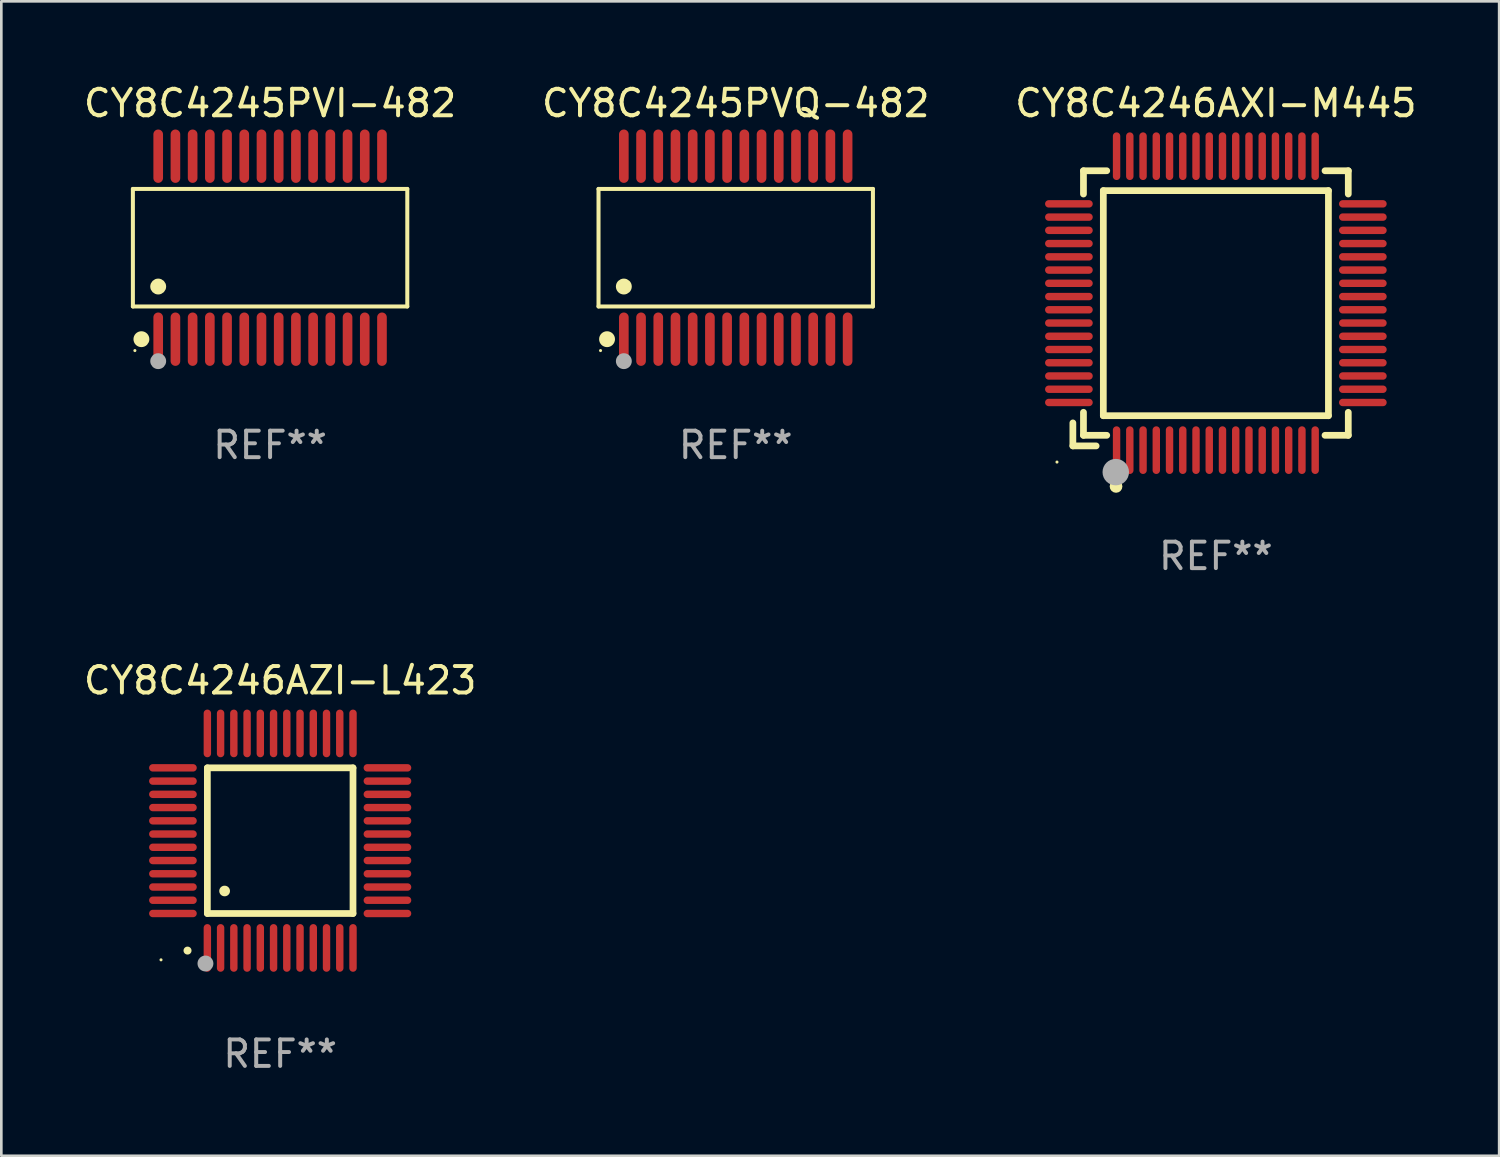
<source format=kicad_pcb>
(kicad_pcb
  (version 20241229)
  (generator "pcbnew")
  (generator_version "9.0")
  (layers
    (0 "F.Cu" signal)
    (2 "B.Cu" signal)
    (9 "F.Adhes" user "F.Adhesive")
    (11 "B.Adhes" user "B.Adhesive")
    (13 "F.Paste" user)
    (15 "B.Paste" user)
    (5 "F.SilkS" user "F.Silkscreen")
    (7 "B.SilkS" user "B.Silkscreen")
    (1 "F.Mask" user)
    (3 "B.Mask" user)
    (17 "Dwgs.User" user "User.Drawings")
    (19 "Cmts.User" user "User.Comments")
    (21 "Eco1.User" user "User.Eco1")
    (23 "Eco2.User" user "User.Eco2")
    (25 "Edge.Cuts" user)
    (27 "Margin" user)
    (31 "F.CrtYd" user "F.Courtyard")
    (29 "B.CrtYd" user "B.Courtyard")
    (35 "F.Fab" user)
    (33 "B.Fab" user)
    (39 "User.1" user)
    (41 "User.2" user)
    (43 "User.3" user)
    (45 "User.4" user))
  (footprint "CY8C4246AZI-L423"
    (layer "F.Cu")
    (at 7.53 28.695)
    (property "Reference" "CY8C4246AZI-L423" (at 0 -6.05 0) (layer "F.SilkS") (effects (font (size 1 1) (thickness 0.15))))
    (attr through_hole)
    (fp_line (start -2.75 -2.75) (end 2.75 -2.75) (stroke (width 0.254) (type solid)) (layer "F.SilkS"))
    (fp_line (start -2.75 2.75) (end -2.75 -2.75) (stroke (width 0.254) (type solid)) (layer "F.SilkS"))
    (fp_line (start 2.75 -2.75) (end 2.75 2.75) (stroke (width 0.254) (type solid)) (layer "F.SilkS"))
    (fp_line (start 2.75 2.75) (end -2.75 2.75) (stroke (width 0.254) (type solid)) (layer "F.SilkS"))
    (fp_arc (start -3.500127 4.150368) (mid -3.498857 4.150363) (end -3.497587 4.150368) (stroke (width 0.3) (type solid)) (layer "F.SilkS"))
    (fp_arc (start -2.100584 1.899924) (mid -2.098044 1.899908) (end -2.095504 1.899924) (stroke (width 0.4) (type solid)) (layer "F.SilkS"))
    (fp_circle (center -4.5 4.5) (end -4.47 4.5) (stroke (width 0.06) (type solid)) (fill no) (layer "F.SilkS"))
    (fp_circle (center -2.822 4.638) (end -2.672 4.638) (stroke (width 0.3) (type solid)) (fill no) (layer "F.Fab"))
    (fp_text user "REF**" (at 0 8.05 0) (layer "F.Fab") (effects (font (size 1 1) (thickness 0.15))))
    (pad "1" smd oval (at -2.75 4.05) (size 0.28 1.8) (layers "F.Cu" "F.Mask" "F.Paste"))
    (pad "2" smd oval (at -2.25 4.05) (size 0.28 1.8) (layers "F.Cu" "F.Mask" "F.Paste"))
    (pad "3" smd oval (at -1.75 4.05) (size 0.28 1.8) (layers "F.Cu" "F.Mask" "F.Paste"))
    (pad "4" smd oval (at -1.25 4.05) (size 0.28 1.8) (layers "F.Cu" "F.Mask" "F.Paste"))
    (pad "5" smd oval (at -0.75 4.05) (size 0.28 1.8) (layers "F.Cu" "F.Mask" "F.Paste"))
    (pad "6" smd oval (at -0.25 4.05) (size 0.28 1.8) (layers "F.Cu" "F.Mask" "F.Paste"))
    (pad "7" smd oval (at 0.25 4.05) (size 0.28 1.8) (layers "F.Cu" "F.Mask" "F.Paste"))
    (pad "8" smd oval (at 0.75 4.05) (size 0.28 1.8) (layers "F.Cu" "F.Mask" "F.Paste"))
    (pad "9" smd oval (at 1.25 4.05) (size 0.28 1.8) (layers "F.Cu" "F.Mask" "F.Paste"))
    (pad "10" smd oval (at 1.75 4.05) (size 0.28 1.8) (layers "F.Cu" "F.Mask" "F.Paste"))
    (pad "11" smd oval (at 2.25 4.05) (size 0.28 1.8) (layers "F.Cu" "F.Mask" "F.Paste"))
    (pad "12" smd oval (at 2.75 4.05) (size 0.28 1.8) (layers "F.Cu" "F.Mask" "F.Paste"))
    (pad "13" smd oval (at 4.05 2.75) (size 1.8 0.28) (layers "F.Cu" "F.Mask" "F.Paste"))
    (pad "14" smd oval (at 4.05 2.25) (size 1.8 0.28) (layers "F.Cu" "F.Mask" "F.Paste"))
    (pad "15" smd oval (at 4.05 1.75) (size 1.8 0.28) (layers "F.Cu" "F.Mask" "F.Paste"))
    (pad "16" smd oval (at 4.05 1.25) (size 1.8 0.28) (layers "F.Cu" "F.Mask" "F.Paste"))
    (pad "17" smd oval (at 4.05 0.75) (size 1.8 0.28) (layers "F.Cu" "F.Mask" "F.Paste"))
    (pad "18" smd oval (at 4.05 0.25) (size 1.8 0.28) (layers "F.Cu" "F.Mask" "F.Paste"))
    (pad "19" smd oval (at 4.05 -0.25) (size 1.8 0.28) (layers "F.Cu" "F.Mask" "F.Paste"))
    (pad "20" smd oval (at 4.05 -0.75) (size 1.8 0.28) (layers "F.Cu" "F.Mask" "F.Paste"))
    (pad "21" smd oval (at 4.05 -1.25) (size 1.8 0.28) (layers "F.Cu" "F.Mask" "F.Paste"))
    (pad "22" smd oval (at 4.05 -1.75) (size 1.8 0.28) (layers "F.Cu" "F.Mask" "F.Paste"))
    (pad "23" smd oval (at 4.05 -2.25) (size 1.8 0.28) (layers "F.Cu" "F.Mask" "F.Paste"))
    (pad "24" smd oval (at 4.05 -2.75) (size 1.8 0.28) (layers "F.Cu" "F.Mask" "F.Paste"))
    (pad "25" smd oval (at 2.75 -4.05) (size 0.28 1.8) (layers "F.Cu" "F.Mask" "F.Paste"))
    (pad "26" smd oval (at 2.25 -4.05) (size 0.28 1.8) (layers "F.Cu" "F.Mask" "F.Paste"))
    (pad "27" smd oval (at 1.75 -4.05) (size 0.28 1.8) (layers "F.Cu" "F.Mask" "F.Paste"))
    (pad "28" smd oval (at 1.25 -4.05) (size 0.28 1.8) (layers "F.Cu" "F.Mask" "F.Paste"))
    (pad "29" smd oval (at 0.75 -4.05) (size 0.28 1.8) (layers "F.Cu" "F.Mask" "F.Paste"))
    (pad "30" smd oval (at 0.25 -4.05) (size 0.28 1.8) (layers "F.Cu" "F.Mask" "F.Paste"))
    (pad "31" smd oval (at -0.25 -4.05) (size 0.28 1.8) (layers "F.Cu" "F.Mask" "F.Paste"))
    (pad "32" smd oval (at -0.75 -4.05) (size 0.28 1.8) (layers "F.Cu" "F.Mask" "F.Paste"))
    (pad "33" smd oval (at -1.25 -4.05) (size 0.28 1.8) (layers "F.Cu" "F.Mask" "F.Paste"))
    (pad "34" smd oval (at -1.75 -4.05) (size 0.28 1.8) (layers "F.Cu" "F.Mask" "F.Paste"))
    (pad "35" smd oval (at -2.25 -4.05) (size 0.28 1.8) (layers "F.Cu" "F.Mask" "F.Paste"))
    (pad "36" smd oval (at -2.75 -4.05) (size 0.28 1.8) (layers "F.Cu" "F.Mask" "F.Paste"))
    (pad "37" smd oval (at -4.05 -2.75) (size 1.8 0.28) (layers "F.Cu" "F.Mask" "F.Paste"))
    (pad "38" smd oval (at -4.05 -2.25) (size 1.8 0.28) (layers "F.Cu" "F.Mask" "F.Paste"))
    (pad "39" smd oval (at -4.05 -1.75) (size 1.8 0.28) (layers "F.Cu" "F.Mask" "F.Paste"))
    (pad "40" smd oval (at -4.05 -1.25) (size 1.8 0.28) (layers "F.Cu" "F.Mask" "F.Paste"))
    (pad "41" smd oval (at -4.05 -0.75) (size 1.8 0.28) (layers "F.Cu" "F.Mask" "F.Paste"))
    (pad "42" smd oval (at -4.05 -0.25) (size 1.8 0.28) (layers "F.Cu" "F.Mask" "F.Paste"))
    (pad "43" smd oval (at -4.05 0.25) (size 1.8 0.28) (layers "F.Cu" "F.Mask" "F.Paste"))
    (pad "44" smd oval (at -4.05 0.75) (size 1.8 0.28) (layers "F.Cu" "F.Mask" "F.Paste"))
    (pad "45" smd oval (at -4.05 1.25) (size 1.8 0.28) (layers "F.Cu" "F.Mask" "F.Paste"))
    (pad "46" smd oval (at -4.05 1.75) (size 1.8 0.28) (layers "F.Cu" "F.Mask" "F.Paste"))
    (pad "47" smd oval (at -4.05 2.25) (size 1.8 0.28) (layers "F.Cu" "F.Mask" "F.Paste"))
    (pad "48" smd oval (at -4.05 2.75) (size 1.8 0.28) (layers "F.Cu" "F.Mask" "F.Paste")))
  (footprint "CY8C4245PVI-482"
    (layer "F.Cu")
    (at 7.149 6.303)
    (property "Reference" "CY8C4245PVI-482" (at 0 -5.455 0) (layer "F.SilkS") (effects (font (size 1 1) (thickness 0.15))))
    (attr through_hole)
    (fp_line (start -5.181 -2.219) (end 5.181 -2.219) (stroke (width 0.152) (type solid)) (layer "F.SilkS"))
    (fp_line (start -5.181 2.219) (end -5.181 -2.219) (stroke (width 0.152) (type solid)) (layer "F.SilkS"))
    (fp_line (start 5.181 -2.219) (end 5.181 2.219) (stroke (width 0.152) (type solid)) (layer "F.SilkS"))
    (fp_line (start 5.181 2.219) (end -5.181 2.219) (stroke (width 0.152) (type solid)) (layer "F.SilkS"))
    (fp_circle (center -5.105 3.885) (end -5.075 3.885) (stroke (width 0.06) (type solid)) (fill no) (layer "F.SilkS"))
    (fp_circle (center -4.859 3.455) (end -4.709 3.455) (stroke (width 0.3) (type solid)) (fill no) (layer "F.SilkS"))
    (fp_circle (center -4.225 1.467) (end -4.075 1.467) (stroke (width 0.3) (type solid)) (fill no) (layer "F.SilkS"))
    (fp_circle (center -4.225 4.285) (end -4.075 4.285) (stroke (width 0.3) (type solid)) (fill no) (layer "F.Fab"))
    (fp_text user "REF**" (at 0 7.455 0) (layer "F.Fab") (effects (font (size 1 1) (thickness 0.15))))
    (pad "1" smd oval (at -4.225 3.455) (size 0.364 2.015) (layers "F.Cu" "F.Mask" "F.Paste"))
    (pad "2" smd oval (at -3.575 3.455) (size 0.364 2.015) (layers "F.Cu" "F.Mask" "F.Paste"))
    (pad "3" smd oval (at -2.925 3.455) (size 0.364 2.015) (layers "F.Cu" "F.Mask" "F.Paste"))
    (pad "4" smd oval (at -2.275 3.455) (size 0.364 2.015) (layers "F.Cu" "F.Mask" "F.Paste"))
    (pad "5" smd oval (at -1.625 3.455) (size 0.364 2.015) (layers "F.Cu" "F.Mask" "F.Paste"))
    (pad "6" smd oval (at -0.975 3.455) (size 0.364 2.015) (layers "F.Cu" "F.Mask" "F.Paste"))
    (pad "7" smd oval (at -0.325 3.455) (size 0.364 2.015) (layers "F.Cu" "F.Mask" "F.Paste"))
    (pad "8" smd oval (at 0.325 3.455) (size 0.364 2.015) (layers "F.Cu" "F.Mask" "F.Paste"))
    (pad "9" smd oval (at 0.975 3.455) (size 0.364 2.015) (layers "F.Cu" "F.Mask" "F.Paste"))
    (pad "10" smd oval (at 1.625 3.455) (size 0.364 2.015) (layers "F.Cu" "F.Mask" "F.Paste"))
    (pad "11" smd oval (at 2.275 3.455) (size 0.364 2.015) (layers "F.Cu" "F.Mask" "F.Paste"))
    (pad "12" smd oval (at 2.925 3.455) (size 0.364 2.015) (layers "F.Cu" "F.Mask" "F.Paste"))
    (pad "13" smd oval (at 3.575 3.455) (size 0.364 2.015) (layers "F.Cu" "F.Mask" "F.Paste"))
    (pad "14" smd oval (at 4.225 3.455) (size 0.364 2.015) (layers "F.Cu" "F.Mask" "F.Paste"))
    (pad "15" smd oval (at 4.225 -3.455) (size 0.364 2.015) (layers "F.Cu" "F.Mask" "F.Paste"))
    (pad "16" smd oval (at 3.575 -3.455) (size 0.364 2.015) (layers "F.Cu" "F.Mask" "F.Paste"))
    (pad "17" smd oval (at 2.925 -3.455) (size 0.364 2.015) (layers "F.Cu" "F.Mask" "F.Paste"))
    (pad "18" smd oval (at 2.275 -3.455) (size 0.364 2.015) (layers "F.Cu" "F.Mask" "F.Paste"))
    (pad "19" smd oval (at 1.625 -3.455) (size 0.364 2.015) (layers "F.Cu" "F.Mask" "F.Paste"))
    (pad "20" smd oval (at 0.975 -3.455) (size 0.364 2.015) (layers "F.Cu" "F.Mask" "F.Paste"))
    (pad "21" smd oval (at 0.325 -3.455) (size 0.364 2.015) (layers "F.Cu" "F.Mask" "F.Paste"))
    (pad "22" smd oval (at -0.325 -3.455) (size 0.364 2.015) (layers "F.Cu" "F.Mask" "F.Paste"))
    (pad "23" smd oval (at -0.975 -3.455) (size 0.364 2.015) (layers "F.Cu" "F.Mask" "F.Paste"))
    (pad "24" smd oval (at -1.625 -3.455) (size 0.364 2.015) (layers "F.Cu" "F.Mask" "F.Paste"))
    (pad "25" smd oval (at -2.275 -3.455) (size 0.364 2.015) (layers "F.Cu" "F.Mask" "F.Paste"))
    (pad "26" smd oval (at -2.925 -3.455) (size 0.364 2.015) (layers "F.Cu" "F.Mask" "F.Paste"))
    (pad "27" smd oval (at -3.575 -3.455) (size 0.364 2.015) (layers "F.Cu" "F.Mask" "F.Paste"))
    (pad "28" smd oval (at -4.225 -3.455) (size 0.364 2.015) (layers "F.Cu" "F.Mask" "F.Paste")))
  (footprint "CY8C4246AXI-M445"
    (layer "F.Cu")
    (at 42.863 8.398)
    (property "Reference" "CY8C4246AXI-M445" (at 0 -7.55 0) (layer "F.SilkS") (effects (font (size 1 1) (thickness 0.15))))
    (attr through_hole)
    (fp_line (start -5.4 4.521) (end -5.4 5.39) (stroke (width 0.254) (type solid)) (layer "F.SilkS"))
    (fp_line (start -5.4 5.39) (end -4.521 5.39) (stroke (width 0.254) (type solid)) (layer "F.SilkS"))
    (fp_line (start -5 -5) (end -5 -4.121) (stroke (width 0.254) (type solid)) (layer "F.SilkS"))
    (fp_line (start -5 4.121) (end -5 4.99) (stroke (width 0.254) (type solid)) (layer "F.SilkS"))
    (fp_line (start -5 4.99) (end -4.121 4.99) (stroke (width 0.254) (type solid)) (layer "F.SilkS"))
    (fp_line (start -4.25 -4.25) (end -4.25 4.25) (stroke (width 0.254) (type solid)) (layer "F.SilkS"))
    (fp_line (start -4.25 4.25) (end 4.25 4.25) (stroke (width 0.254) (type solid)) (layer "F.SilkS"))
    (fp_line (start -4.121 -5) (end -5 -5) (stroke (width 0.254) (type solid)) (layer "F.SilkS"))
    (fp_line (start 4.121 4.99) (end 5 4.99) (stroke (width 0.254) (type solid)) (layer "F.SilkS"))
    (fp_line (start 4.25 -4.25) (end -4.25 -4.25) (stroke (width 0.254) (type solid)) (layer "F.SilkS"))
    (fp_line (start 4.25 4.25) (end 4.25 -4.25) (stroke (width 0.254) (type solid)) (layer "F.SilkS"))
    (fp_line (start 5 -5) (end 4.121 -5) (stroke (width 0.254) (type solid)) (layer "F.SilkS"))
    (fp_line (start 5 -4.121) (end 5 -5) (stroke (width 0.254) (type solid)) (layer "F.SilkS"))
    (fp_line (start 5 4.99) (end 5 4.121) (stroke (width 0.254) (type solid)) (layer "F.SilkS"))
    (fp_circle (center -6 6) (end -5.97 6) (stroke (width 0.06) (type solid)) (fill no) (layer "F.SilkS"))
    (fp_circle (center -3.77 6.92) (end -3.65 6.92) (stroke (width 0.24) (type solid)) (fill no) (layer "F.SilkS"))
    (fp_circle (center -3.78 6.38) (end -3.53 6.38) (stroke (width 0.5) (type solid)) (fill no) (layer "F.Fab"))
    (fp_text user "REF**" (at 0 9.55 0) (layer "F.Fab") (effects (font (size 1 1) (thickness 0.15))))
    (pad "1" smd oval (at -3.75 5.55) (size 0.28 1.8) (layers "F.Cu" "F.Mask" "F.Paste"))
    (pad "2" smd oval (at -3.25 5.55) (size 0.28 1.8) (layers "F.Cu" "F.Mask" "F.Paste"))
    (pad "3" smd oval (at -2.75 5.55) (size 0.28 1.8) (layers "F.Cu" "F.Mask" "F.Paste"))
    (pad "4" smd oval (at -2.25 5.55) (size 0.28 1.8) (layers "F.Cu" "F.Mask" "F.Paste"))
    (pad "5" smd oval (at -1.75 5.55) (size 0.28 1.8) (layers "F.Cu" "F.Mask" "F.Paste"))
    (pad "6" smd oval (at -1.25 5.55) (size 0.28 1.8) (layers "F.Cu" "F.Mask" "F.Paste"))
    (pad "7" smd oval (at -0.75 5.55) (size 0.28 1.8) (layers "F.Cu" "F.Mask" "F.Paste"))
    (pad "8" smd oval (at -0.25 5.55) (size 0.28 1.8) (layers "F.Cu" "F.Mask" "F.Paste"))
    (pad "9" smd oval (at 0.25 5.55) (size 0.28 1.8) (layers "F.Cu" "F.Mask" "F.Paste"))
    (pad "10" smd oval (at 0.75 5.55) (size 0.28 1.8) (layers "F.Cu" "F.Mask" "F.Paste"))
    (pad "11" smd oval (at 1.25 5.55) (size 0.28 1.8) (layers "F.Cu" "F.Mask" "F.Paste"))
    (pad "12" smd oval (at 1.75 5.55) (size 0.28 1.8) (layers "F.Cu" "F.Mask" "F.Paste"))
    (pad "13" smd oval (at 2.25 5.55) (size 0.28 1.8) (layers "F.Cu" "F.Mask" "F.Paste"))
    (pad "14" smd oval (at 2.75 5.55) (size 0.28 1.8) (layers "F.Cu" "F.Mask" "F.Paste"))
    (pad "15" smd oval (at 3.25 5.55) (size 0.28 1.8) (layers "F.Cu" "F.Mask" "F.Paste"))
    (pad "16" smd oval (at 3.75 5.55) (size 0.28 1.8) (layers "F.Cu" "F.Mask" "F.Paste"))
    (pad "17" smd oval (at 5.55 3.75) (size 1.8 0.28) (layers "F.Cu" "F.Mask" "F.Paste"))
    (pad "18" smd oval (at 5.55 3.25) (size 1.8 0.28) (layers "F.Cu" "F.Mask" "F.Paste"))
    (pad "19" smd oval (at 5.55 2.75) (size 1.8 0.28) (layers "F.Cu" "F.Mask" "F.Paste"))
    (pad "20" smd oval (at 5.55 2.25) (size 1.8 0.28) (layers "F.Cu" "F.Mask" "F.Paste"))
    (pad "21" smd oval (at 5.55 1.75) (size 1.8 0.28) (layers "F.Cu" "F.Mask" "F.Paste"))
    (pad "22" smd oval (at 5.55 1.25) (size 1.8 0.28) (layers "F.Cu" "F.Mask" "F.Paste"))
    (pad "23" smd oval (at 5.55 0.75) (size 1.8 0.28) (layers "F.Cu" "F.Mask" "F.Paste"))
    (pad "24" smd oval (at 5.55 0.25) (size 1.8 0.28) (layers "F.Cu" "F.Mask" "F.Paste"))
    (pad "25" smd oval (at 5.55 -0.25) (size 1.8 0.28) (layers "F.Cu" "F.Mask" "F.Paste"))
    (pad "26" smd oval (at 5.55 -0.75) (size 1.8 0.28) (layers "F.Cu" "F.Mask" "F.Paste"))
    (pad "27" smd oval (at 5.55 -1.25) (size 1.8 0.28) (layers "F.Cu" "F.Mask" "F.Paste"))
    (pad "28" smd oval (at 5.55 -1.75) (size 1.8 0.28) (layers "F.Cu" "F.Mask" "F.Paste"))
    (pad "29" smd oval (at 5.55 -2.25) (size 1.8 0.28) (layers "F.Cu" "F.Mask" "F.Paste"))
    (pad "30" smd oval (at 5.55 -2.75) (size 1.8 0.28) (layers "F.Cu" "F.Mask" "F.Paste"))
    (pad "31" smd oval (at 5.55 -3.25) (size 1.8 0.28) (layers "F.Cu" "F.Mask" "F.Paste"))
    (pad "32" smd oval (at 5.55 -3.75) (size 1.8 0.28) (layers "F.Cu" "F.Mask" "F.Paste"))
    (pad "33" smd oval (at 3.75 -5.55) (size 0.28 1.8) (layers "F.Cu" "F.Mask" "F.Paste"))
    (pad "34" smd oval (at 3.25 -5.55) (size 0.28 1.8) (layers "F.Cu" "F.Mask" "F.Paste"))
    (pad "35" smd oval (at 2.75 -5.55) (size 0.28 1.8) (layers "F.Cu" "F.Mask" "F.Paste"))
    (pad "36" smd oval (at 2.25 -5.55) (size 0.28 1.8) (layers "F.Cu" "F.Mask" "F.Paste"))
    (pad "37" smd oval (at 1.75 -5.55) (size 0.28 1.8) (layers "F.Cu" "F.Mask" "F.Paste"))
    (pad "38" smd oval (at 1.25 -5.55) (size 0.28 1.8) (layers "F.Cu" "F.Mask" "F.Paste"))
    (pad "39" smd oval (at 0.75 -5.55) (size 0.28 1.8) (layers "F.Cu" "F.Mask" "F.Paste"))
    (pad "40" smd oval (at 0.25 -5.55) (size 0.28 1.8) (layers "F.Cu" "F.Mask" "F.Paste"))
    (pad "41" smd oval (at -0.25 -5.55) (size 0.28 1.8) (layers "F.Cu" "F.Mask" "F.Paste"))
    (pad "42" smd oval (at -0.75 -5.55) (size 0.28 1.8) (layers "F.Cu" "F.Mask" "F.Paste"))
    (pad "43" smd oval (at -1.25 -5.55) (size 0.28 1.8) (layers "F.Cu" "F.Mask" "F.Paste"))
    (pad "44" smd oval (at -1.75 -5.55) (size 0.28 1.8) (layers "F.Cu" "F.Mask" "F.Paste"))
    (pad "45" smd oval (at -2.25 -5.55) (size 0.28 1.8) (layers "F.Cu" "F.Mask" "F.Paste"))
    (pad "46" smd oval (at -2.75 -5.55) (size 0.28 1.8) (layers "F.Cu" "F.Mask" "F.Paste"))
    (pad "47" smd oval (at -3.25 -5.55) (size 0.28 1.8) (layers "F.Cu" "F.Mask" "F.Paste"))
    (pad "48" smd oval (at -3.75 -5.55) (size 0.28 1.8) (layers "F.Cu" "F.Mask" "F.Paste"))
    (pad "49" smd oval (at -5.55 -3.75) (size 1.8 0.28) (layers "F.Cu" "F.Mask" "F.Paste"))
    (pad "50" smd oval (at -5.55 -3.25) (size 1.8 0.28) (layers "F.Cu" "F.Mask" "F.Paste"))
    (pad "51" smd oval (at -5.55 -2.75) (size 1.8 0.28) (layers "F.Cu" "F.Mask" "F.Paste"))
    (pad "52" smd oval (at -5.55 -2.25) (size 1.8 0.28) (layers "F.Cu" "F.Mask" "F.Paste"))
    (pad "53" smd oval (at -5.55 -1.75) (size 1.8 0.28) (layers "F.Cu" "F.Mask" "F.Paste"))
    (pad "54" smd oval (at -5.55 -1.25) (size 1.8 0.28) (layers "F.Cu" "F.Mask" "F.Paste"))
    (pad "55" smd oval (at -5.55 -0.75) (size 1.8 0.28) (layers "F.Cu" "F.Mask" "F.Paste"))
    (pad "56" smd oval (at -5.55 -0.25) (size 1.8 0.28) (layers "F.Cu" "F.Mask" "F.Paste"))
    (pad "57" smd oval (at -5.55 0.25) (size 1.8 0.28) (layers "F.Cu" "F.Mask" "F.Paste"))
    (pad "58" smd oval (at -5.55 0.75) (size 1.8 0.28) (layers "F.Cu" "F.Mask" "F.Paste"))
    (pad "59" smd oval (at -5.55 1.25) (size 1.8 0.28) (layers "F.Cu" "F.Mask" "F.Paste"))
    (pad "60" smd oval (at -5.55 1.75) (size 1.8 0.28) (layers "F.Cu" "F.Mask" "F.Paste"))
    (pad "61" smd oval (at -5.55 2.25) (size 1.8 0.28) (layers "F.Cu" "F.Mask" "F.Paste"))
    (pad "62" smd oval (at -5.55 2.75) (size 1.8 0.28) (layers "F.Cu" "F.Mask" "F.Paste"))
    (pad "63" smd oval (at -5.55 3.25) (size 1.8 0.28) (layers "F.Cu" "F.Mask" "F.Paste"))
    (pad "64" smd oval (at -5.55 3.75) (size 1.8 0.28) (layers "F.Cu" "F.Mask" "F.Paste")))
  (footprint "CY8C4245PVQ-482"
    (layer "F.Cu")
    (at 24.732 6.303)
    (property "Reference" "CY8C4245PVQ-482" (at 0 -5.455 0) (layer "F.SilkS") (effects (font (size 1 1) (thickness 0.15))))
    (attr through_hole)
    (fp_line (start -5.181 -2.219) (end 5.181 -2.219) (stroke (width 0.152) (type solid)) (layer "F.SilkS"))
    (fp_line (start -5.181 2.219) (end -5.181 -2.219) (stroke (width 0.152) (type solid)) (layer "F.SilkS"))
    (fp_line (start 5.181 -2.219) (end 5.181 2.219) (stroke (width 0.152) (type solid)) (layer "F.SilkS"))
    (fp_line (start 5.181 2.219) (end -5.181 2.219) (stroke (width 0.152) (type solid)) (layer "F.SilkS"))
    (fp_circle (center -5.105 3.885) (end -5.075 3.885) (stroke (width 0.06) (type solid)) (fill no) (layer "F.SilkS"))
    (fp_circle (center -4.859 3.455) (end -4.709 3.455) (stroke (width 0.3) (type solid)) (fill no) (layer "F.SilkS"))
    (fp_circle (center -4.225 1.467) (end -4.075 1.467) (stroke (width 0.3) (type solid)) (fill no) (layer "F.SilkS"))
    (fp_circle (center -4.225 4.285) (end -4.075 4.285) (stroke (width 0.3) (type solid)) (fill no) (layer "F.Fab"))
    (fp_text user "REF**" (at 0 7.455 0) (layer "F.Fab") (effects (font (size 1 1) (thickness 0.15))))
    (pad "1" smd oval (at -4.225 3.455) (size 0.364 2.015) (layers "F.Cu" "F.Mask" "F.Paste"))
    (pad "2" smd oval (at -3.575 3.455) (size 0.364 2.015) (layers "F.Cu" "F.Mask" "F.Paste"))
    (pad "3" smd oval (at -2.925 3.455) (size 0.364 2.015) (layers "F.Cu" "F.Mask" "F.Paste"))
    (pad "4" smd oval (at -2.275 3.455) (size 0.364 2.015) (layers "F.Cu" "F.Mask" "F.Paste"))
    (pad "5" smd oval (at -1.625 3.455) (size 0.364 2.015) (layers "F.Cu" "F.Mask" "F.Paste"))
    (pad "6" smd oval (at -0.975 3.455) (size 0.364 2.015) (layers "F.Cu" "F.Mask" "F.Paste"))
    (pad "7" smd oval (at -0.325 3.455) (size 0.364 2.015) (layers "F.Cu" "F.Mask" "F.Paste"))
    (pad "8" smd oval (at 0.325 3.455) (size 0.364 2.015) (layers "F.Cu" "F.Mask" "F.Paste"))
    (pad "9" smd oval (at 0.975 3.455) (size 0.364 2.015) (layers "F.Cu" "F.Mask" "F.Paste"))
    (pad "10" smd oval (at 1.625 3.455) (size 0.364 2.015) (layers "F.Cu" "F.Mask" "F.Paste"))
    (pad "11" smd oval (at 2.275 3.455) (size 0.364 2.015) (layers "F.Cu" "F.Mask" "F.Paste"))
    (pad "12" smd oval (at 2.925 3.455) (size 0.364 2.015) (layers "F.Cu" "F.Mask" "F.Paste"))
    (pad "13" smd oval (at 3.575 3.455) (size 0.364 2.015) (layers "F.Cu" "F.Mask" "F.Paste"))
    (pad "14" smd oval (at 4.225 3.455) (size 0.364 2.015) (layers "F.Cu" "F.Mask" "F.Paste"))
    (pad "15" smd oval (at 4.225 -3.455) (size 0.364 2.015) (layers "F.Cu" "F.Mask" "F.Paste"))
    (pad "16" smd oval (at 3.575 -3.455) (size 0.364 2.015) (layers "F.Cu" "F.Mask" "F.Paste"))
    (pad "17" smd oval (at 2.925 -3.455) (size 0.364 2.015) (layers "F.Cu" "F.Mask" "F.Paste"))
    (pad "18" smd oval (at 2.275 -3.455) (size 0.364 2.015) (layers "F.Cu" "F.Mask" "F.Paste"))
    (pad "19" smd oval (at 1.625 -3.455) (size 0.364 2.015) (layers "F.Cu" "F.Mask" "F.Paste"))
    (pad "20" smd oval (at 0.975 -3.455) (size 0.364 2.015) (layers "F.Cu" "F.Mask" "F.Paste"))
    (pad "21" smd oval (at 0.325 -3.455) (size 0.364 2.015) (layers "F.Cu" "F.Mask" "F.Paste"))
    (pad "22" smd oval (at -0.325 -3.455) (size 0.364 2.015) (layers "F.Cu" "F.Mask" "F.Paste"))
    (pad "23" smd oval (at -0.975 -3.455) (size 0.364 2.015) (layers "F.Cu" "F.Mask" "F.Paste"))
    (pad "24" smd oval (at -1.625 -3.455) (size 0.364 2.015) (layers "F.Cu" "F.Mask" "F.Paste"))
    (pad "25" smd oval (at -2.275 -3.455) (size 0.364 2.015) (layers "F.Cu" "F.Mask" "F.Paste"))
    (pad "26" smd oval (at -2.925 -3.455) (size 0.364 2.015) (layers "F.Cu" "F.Mask" "F.Paste"))
    (pad "27" smd oval (at -3.575 -3.455) (size 0.364 2.015) (layers "F.Cu" "F.Mask" "F.Paste"))
    (pad "28" smd oval (at -4.225 -3.455) (size 0.364 2.015) (layers "F.Cu" "F.Mask" "F.Paste")))
  (gr_rect
    (start -3 -3)
    (end 53.56 40.593)
    (stroke (width 0.1) (type default))
    (fill no)
    (layer "Edge.Cuts")))
</source>
